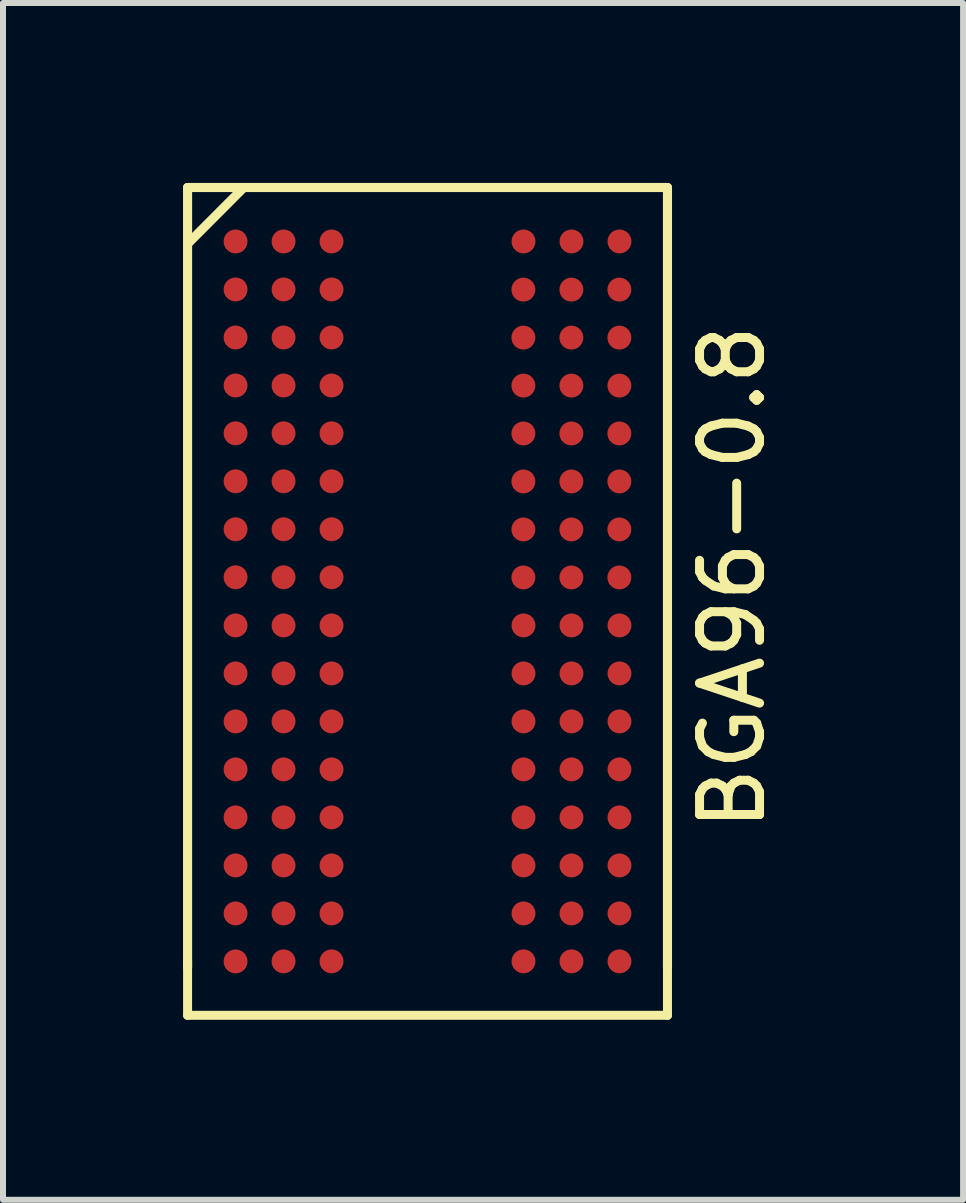
<source format=kicad_pcb>
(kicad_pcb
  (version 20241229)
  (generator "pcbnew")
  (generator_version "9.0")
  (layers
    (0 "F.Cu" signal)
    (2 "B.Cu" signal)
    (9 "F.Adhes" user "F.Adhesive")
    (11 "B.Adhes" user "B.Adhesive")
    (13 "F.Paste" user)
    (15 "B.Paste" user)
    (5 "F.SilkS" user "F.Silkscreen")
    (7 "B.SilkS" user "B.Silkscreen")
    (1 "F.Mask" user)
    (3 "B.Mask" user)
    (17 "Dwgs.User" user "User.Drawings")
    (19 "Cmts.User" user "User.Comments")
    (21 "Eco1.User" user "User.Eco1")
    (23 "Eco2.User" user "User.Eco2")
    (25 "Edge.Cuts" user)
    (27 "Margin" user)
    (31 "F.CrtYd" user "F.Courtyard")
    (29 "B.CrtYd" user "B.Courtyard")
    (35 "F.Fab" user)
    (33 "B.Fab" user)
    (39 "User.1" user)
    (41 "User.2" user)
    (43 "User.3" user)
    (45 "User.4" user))
  (footprint "BGA96-0.8"
    (layer "F.Cu")
    (at 4.077 6.576)
    (property "Reference" "BGA96-0.8" (at 5.08 0 90) (layer "F.SilkS") (effects (font (size 1 1) (thickness 0.15))))
    (attr smd)
    (fp_line (start -4 -6.5) (end 4 -6.5) (stroke (width 0.152) (type solid)) (layer "F.SilkS"))
    (fp_line (start -4 6.5) (end -4 -6.5) (stroke (width 0.152) (type solid)) (layer "F.SilkS"))
    (fp_line (start -4 7.3) (end -4 6.4) (stroke (width 0.15) (type solid)) (layer "F.SilkS"))
    (fp_line (start -3.081 -6.482) (end -3.98 -5.58) (stroke (width 0.152) (type solid)) (layer "F.SilkS"))
    (fp_line (start 4 6.4) (end 4 7.3) (stroke (width 0.15) (type solid)) (layer "F.SilkS"))
    (fp_line (start 4 7.3) (end -4 7.3) (stroke (width 0.15) (type solid)) (layer "F.SilkS"))
    (fp_line (start 4 -6.5) (end 4 6.5) (stroke (width 0.152) (type solid)) (layer "F.SilkS"))
    (pad "A1" smd circle (at -3.2 -5.601) (size 0.399 0.399) (layers "F.Cu" "F.Mask" "F.Paste"))
    (pad "A2" smd circle (at -2.4 -5.601) (size 0.399 0.399) (layers "F.Cu" "F.Mask" "F.Paste"))
    (pad "A3" smd circle (at -1.6 -5.601) (size 0.399 0.399) (layers "F.Cu" "F.Mask" "F.Paste"))
    (pad "A7" smd circle (at 1.6 -5.601) (size 0.399 0.399) (layers "F.Cu" "F.Mask" "F.Paste"))
    (pad "A8" smd circle (at 2.4 -5.601) (size 0.399 0.399) (layers "F.Cu" "F.Mask" "F.Paste"))
    (pad "A9" smd circle (at 3.2 -5.601) (size 0.399 0.399) (layers "F.Cu" "F.Mask" "F.Paste"))
    (pad "B1" smd circle (at -3.2 -4.801) (size 0.399 0.399) (layers "F.Cu" "F.Mask" "F.Paste"))
    (pad "B2" smd circle (at -2.4 -4.801) (size 0.399 0.399) (layers "F.Cu" "F.Mask" "F.Paste"))
    (pad "B3" smd circle (at -1.6 -4.801) (size 0.399 0.399) (layers "F.Cu" "F.Mask" "F.Paste"))
    (pad "B7" smd circle (at 1.598 -4.798) (size 0.399 0.399) (layers "F.Cu" "F.Mask" "F.Paste"))
    (pad "B8" smd circle (at 2.398 -4.798) (size 0.399 0.399) (layers "F.Cu" "F.Mask" "F.Paste"))
    (pad "B9" smd circle (at 3.198 -4.798) (size 0.399 0.399) (layers "F.Cu" "F.Mask" "F.Paste"))
    (pad "C1" smd circle (at -3.2 -4) (size 0.399 0.399) (layers "F.Cu" "F.Mask" "F.Paste"))
    (pad "C2" smd circle (at -2.4 -4) (size 0.399 0.399) (layers "F.Cu" "F.Mask" "F.Paste"))
    (pad "C3" smd circle (at -1.6 -4) (size 0.399 0.399) (layers "F.Cu" "F.Mask" "F.Paste"))
    (pad "C7" smd circle (at 1.598 -3.998) (size 0.399 0.399) (layers "F.Cu" "F.Mask" "F.Paste"))
    (pad "C8" smd circle (at 2.398 -3.998) (size 0.399 0.399) (layers "F.Cu" "F.Mask" "F.Paste"))
    (pad "C9" smd circle (at 3.198 -3.998) (size 0.399 0.399) (layers "F.Cu" "F.Mask" "F.Paste"))
    (pad "D1" smd circle (at -3.2 -3.2) (size 0.399 0.399) (layers "F.Cu" "F.Mask" "F.Paste"))
    (pad "D2" smd circle (at -2.4 -3.2) (size 0.399 0.399) (layers "F.Cu" "F.Mask" "F.Paste"))
    (pad "D3" smd circle (at -1.6 -3.2) (size 0.399 0.399) (layers "F.Cu" "F.Mask" "F.Paste"))
    (pad "D7" smd circle (at 1.598 -3.198) (size 0.399 0.399) (layers "F.Cu" "F.Mask" "F.Paste"))
    (pad "D8" smd circle (at 2.398 -3.198) (size 0.399 0.399) (layers "F.Cu" "F.Mask" "F.Paste"))
    (pad "D9" smd circle (at 3.198 -3.198) (size 0.399 0.399) (layers "F.Cu" "F.Mask" "F.Paste"))
    (pad "E1" smd circle (at -3.2 -2.403) (size 0.399 0.399) (layers "F.Cu" "F.Mask" "F.Paste"))
    (pad "E2" smd circle (at -2.4 -2.403) (size 0.399 0.399) (layers "F.Cu" "F.Mask" "F.Paste"))
    (pad "E3" smd circle (at -1.6 -2.403) (size 0.399 0.399) (layers "F.Cu" "F.Mask" "F.Paste"))
    (pad "E7" smd circle (at 1.598 -2.4) (size 0.399 0.399) (layers "F.Cu" "F.Mask" "F.Paste"))
    (pad "E8" smd circle (at 2.398 -2.4) (size 0.399 0.399) (layers "F.Cu" "F.Mask" "F.Paste"))
    (pad "E9" smd circle (at 3.198 -2.4) (size 0.399 0.399) (layers "F.Cu" "F.Mask" "F.Paste"))
    (pad "F1" smd circle (at -3.2 -1.603) (size 0.399 0.399) (layers "F.Cu" "F.Mask" "F.Paste"))
    (pad "F2" smd circle (at -2.4 -1.603) (size 0.399 0.399) (layers "F.Cu" "F.Mask" "F.Paste"))
    (pad "F3" smd circle (at -1.6 -1.603) (size 0.399 0.399) (layers "F.Cu" "F.Mask" "F.Paste"))
    (pad "F7" smd circle (at 1.598 -1.6) (size 0.399 0.399) (layers "F.Cu" "F.Mask" "F.Paste"))
    (pad "F8" smd circle (at 2.398 -1.6) (size 0.399 0.399) (layers "F.Cu" "F.Mask" "F.Paste"))
    (pad "F9" smd circle (at 3.198 -1.6) (size 0.399 0.399) (layers "F.Cu" "F.Mask" "F.Paste"))
    (pad "G1" smd circle (at -3.2 -0.803) (size 0.399 0.399) (layers "F.Cu" "F.Mask" "F.Paste"))
    (pad "G2" smd circle (at -2.4 -0.803) (size 0.399 0.399) (layers "F.Cu" "F.Mask" "F.Paste"))
    (pad "G3" smd circle (at -1.6 -0.803) (size 0.399 0.399) (layers "F.Cu" "F.Mask" "F.Paste"))
    (pad "G7" smd circle (at 1.598 -0.8) (size 0.399 0.399) (layers "F.Cu" "F.Mask" "F.Paste"))
    (pad "G8" smd circle (at 2.398 -0.8) (size 0.399 0.399) (layers "F.Cu" "F.Mask" "F.Paste"))
    (pad "G9" smd circle (at 3.198 -0.8) (size 0.399 0.399) (layers "F.Cu" "F.Mask" "F.Paste"))
    (pad "H1" smd circle (at -3.2 -0.003) (size 0.399 0.399) (layers "F.Cu" "F.Mask" "F.Paste"))
    (pad "H2" smd circle (at -2.4 -0.003) (size 0.399 0.399) (layers "F.Cu" "F.Mask" "F.Paste"))
    (pad "H3" smd circle (at -1.6 -0.003) (size 0.399 0.399) (layers "F.Cu" "F.Mask" "F.Paste"))
    (pad "H7" smd circle (at 1.598 0) (size 0.399 0.399) (layers "F.Cu" "F.Mask" "F.Paste"))
    (pad "H8" smd circle (at 2.398 0) (size 0.399 0.399) (layers "F.Cu" "F.Mask" "F.Paste"))
    (pad "H9" smd circle (at 3.198 0) (size 0.399 0.399) (layers "F.Cu" "F.Mask" "F.Paste"))
    (pad "J1" smd circle (at -3.2 0.8) (size 0.399 0.399) (layers "F.Cu" "F.Mask" "F.Paste"))
    (pad "J2" smd circle (at -2.4 0.8) (size 0.399 0.399) (layers "F.Cu" "F.Mask" "F.Paste"))
    (pad "J3" smd circle (at -1.6 0.8) (size 0.399 0.399) (layers "F.Cu" "F.Mask" "F.Paste"))
    (pad "J7" smd circle (at 1.6 0.8) (size 0.399 0.399) (layers "F.Cu" "F.Mask" "F.Paste"))
    (pad "J8" smd circle (at 2.4 0.8) (size 0.399 0.399) (layers "F.Cu" "F.Mask" "F.Paste"))
    (pad "J9" smd circle (at 3.2 0.8) (size 0.399 0.399) (layers "F.Cu" "F.Mask" "F.Paste"))
    (pad "K1" smd circle (at -3.2 1.6) (size 0.399 0.399) (layers "F.Cu" "F.Mask" "F.Paste"))
    (pad "K2" smd circle (at -2.4 1.6) (size 0.399 0.399) (layers "F.Cu" "F.Mask" "F.Paste"))
    (pad "K3" smd circle (at -1.6 1.6) (size 0.399 0.399) (layers "F.Cu" "F.Mask" "F.Paste"))
    (pad "K7" smd circle (at 1.6 1.6) (size 0.399 0.399) (layers "F.Cu" "F.Mask" "F.Paste"))
    (pad "K8" smd circle (at 2.4 1.6) (size 0.399 0.399) (layers "F.Cu" "F.Mask" "F.Paste"))
    (pad "K9" smd circle (at 3.2 1.6) (size 0.399 0.399) (layers "F.Cu" "F.Mask" "F.Paste"))
    (pad "L1" smd circle (at -3.2 2.4) (size 0.399 0.399) (layers "F.Cu" "F.Mask" "F.Paste"))
    (pad "L2" smd circle (at -2.4 2.4) (size 0.399 0.399) (layers "F.Cu" "F.Mask" "F.Paste"))
    (pad "L3" smd circle (at -1.6 2.4) (size 0.399 0.399) (layers "F.Cu" "F.Mask" "F.Paste"))
    (pad "L7" smd circle (at 1.6 2.4) (size 0.399 0.399) (layers "F.Cu" "F.Mask" "F.Paste"))
    (pad "L8" smd circle (at 2.4 2.4) (size 0.399 0.399) (layers "F.Cu" "F.Mask" "F.Paste"))
    (pad "L9" smd circle (at 3.2 2.4) (size 0.399 0.399) (layers "F.Cu" "F.Mask" "F.Paste"))
    (pad "M1" smd circle (at -3.2 3.2) (size 0.399 0.399) (layers "F.Cu" "F.Mask" "F.Paste"))
    (pad "M2" smd circle (at -2.4 3.2) (size 0.399 0.399) (layers "F.Cu" "F.Mask" "F.Paste"))
    (pad "M3" smd circle (at -1.6 3.2) (size 0.399 0.399) (layers "F.Cu" "F.Mask" "F.Paste"))
    (pad "M7" smd circle (at 1.6 3.2) (size 0.399 0.399) (layers "F.Cu" "F.Mask" "F.Paste"))
    (pad "M8" smd circle (at 2.4 3.2) (size 0.399 0.399) (layers "F.Cu" "F.Mask" "F.Paste"))
    (pad "M9" smd circle (at 3.2 3.2) (size 0.399 0.399) (layers "F.Cu" "F.Mask" "F.Paste"))
    (pad "N1" smd circle (at -3.2 4) (size 0.399 0.399) (layers "F.Cu" "F.Mask" "F.Paste"))
    (pad "N2" smd circle (at -2.4 4) (size 0.399 0.399) (layers "F.Cu" "F.Mask" "F.Paste"))
    (pad "N3" smd circle (at -1.6 4) (size 0.399 0.399) (layers "F.Cu" "F.Mask" "F.Paste"))
    (pad "N7" smd circle (at 1.6 4) (size 0.399 0.399) (layers "F.Cu" "F.Mask" "F.Paste"))
    (pad "N8" smd circle (at 2.4 4) (size 0.399 0.399) (layers "F.Cu" "F.Mask" "F.Paste"))
    (pad "N9" smd circle (at 3.2 4) (size 0.399 0.399) (layers "F.Cu" "F.Mask" "F.Paste"))
    (pad "P1" smd circle (at -3.2 4.801) (size 0.399 0.399) (layers "F.Cu" "F.Mask" "F.Paste"))
    (pad "P2" smd circle (at -2.4 4.801) (size 0.399 0.399) (layers "F.Cu" "F.Mask" "F.Paste"))
    (pad "P3" smd circle (at -1.6 4.801) (size 0.399 0.399) (layers "F.Cu" "F.Mask" "F.Paste"))
    (pad "P7" smd circle (at 1.6 4.801) (size 0.399 0.399) (layers "F.Cu" "F.Mask" "F.Paste"))
    (pad "P8" smd circle (at 2.4 4.801) (size 0.399 0.399) (layers "F.Cu" "F.Mask" "F.Paste"))
    (pad "P9" smd circle (at 3.2 4.801) (size 0.399 0.399) (layers "F.Cu" "F.Mask" "F.Paste"))
    (pad "R1" smd circle (at -3.2 5.601) (size 0.399 0.399) (layers "F.Cu" "F.Mask" "F.Paste"))
    (pad "R2" smd circle (at -2.4 5.601) (size 0.399 0.399) (layers "F.Cu" "F.Mask" "F.Paste"))
    (pad "R3" smd circle (at -1.6 5.601) (size 0.399 0.399) (layers "F.Cu" "F.Mask" "F.Paste"))
    (pad "R7" smd circle (at 1.6 5.601) (size 0.399 0.399) (layers "F.Cu" "F.Mask" "F.Paste"))
    (pad "R8" smd circle (at 2.4 5.601) (size 0.399 0.399) (layers "F.Cu" "F.Mask" "F.Paste"))
    (pad "R9" smd circle (at 3.2 5.601) (size 0.399 0.399) (layers "F.Cu" "F.Mask" "F.Paste"))
    (pad "T1" smd circle (at -3.2 6.401) (size 0.399 0.399) (layers "F.Cu" "F.Mask" "F.Paste"))
    (pad "T2" smd circle (at -2.4 6.4) (size 0.399 0.399) (layers "F.Cu" "F.Mask" "F.Paste"))
    (pad "T3" smd circle (at -1.6 6.4) (size 0.399 0.399) (layers "F.Cu" "F.Mask" "F.Paste"))
    (pad "T7" smd circle (at 1.6 6.4) (size 0.399 0.399) (layers "F.Cu" "F.Mask" "F.Paste"))
    (pad "T8" smd circle (at 2.4 6.4) (size 0.399 0.399) (layers "F.Cu" "F.Mask" "F.Paste"))
    (pad "T9" smd circle (at 3.2 6.4) (size 0.399 0.399) (layers "F.Cu" "F.Mask" "F.Paste")))
  (gr_rect
    (start -3 -3)
    (end 13.005 16.951)
    (stroke (width 0.1) (type default))
    (fill no)
    (layer "Edge.Cuts")))
</source>
